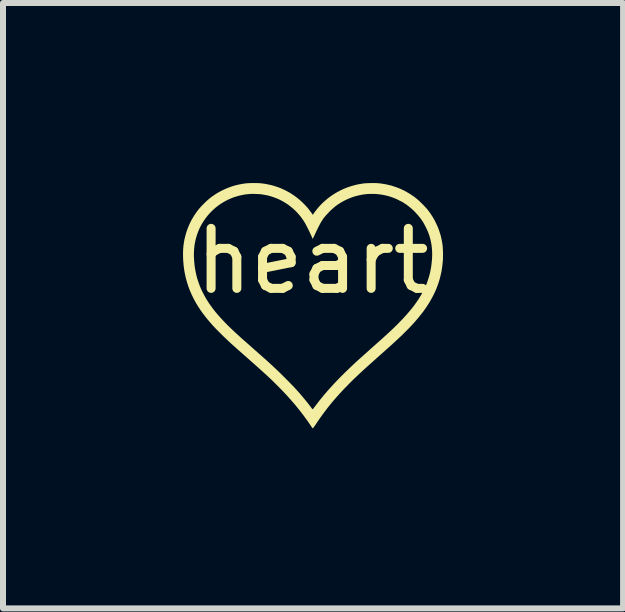
<source format=kicad_pcb>
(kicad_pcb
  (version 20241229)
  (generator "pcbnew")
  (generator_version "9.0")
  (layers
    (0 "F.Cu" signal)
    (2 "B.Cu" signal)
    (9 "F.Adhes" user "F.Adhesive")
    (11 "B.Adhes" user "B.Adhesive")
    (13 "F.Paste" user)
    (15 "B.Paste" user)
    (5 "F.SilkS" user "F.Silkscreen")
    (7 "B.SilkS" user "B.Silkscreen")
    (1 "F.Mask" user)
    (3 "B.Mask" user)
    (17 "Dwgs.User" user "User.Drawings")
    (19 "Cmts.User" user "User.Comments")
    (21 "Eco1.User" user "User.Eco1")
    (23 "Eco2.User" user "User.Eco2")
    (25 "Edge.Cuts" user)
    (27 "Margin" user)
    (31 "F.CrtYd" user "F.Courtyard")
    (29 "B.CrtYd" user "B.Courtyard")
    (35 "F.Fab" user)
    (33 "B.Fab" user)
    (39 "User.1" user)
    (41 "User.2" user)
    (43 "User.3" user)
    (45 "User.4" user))
  (footprint "heart"
    (layer "F.Cu")
    (at 2.158 1.8)
    (property "Reference" "heart" (at 0 -0.5 0) (unlocked yes) (layer "F.SilkS") (effects (font (size 1 1) (thickness 0.15))))
    (fp_poly (pts (xy -0.95 -1.8) (xy -0.921 -1.799) (xy -0.895 -1.799) (xy -0.874 -1.797) (xy -0.828 -1.792) (xy -0.782 -1.785) (xy -0.737 -1.776) (xy -0.691 -1.766) (xy -0.647 -1.754) (xy -0.603 -1.74) (xy -0.56 -1.725) (xy -0.54 -1.717) (xy -0.519 -1.709) (xy -0.482 -1.692) (xy -0.445 -1.674) (xy -0.41 -1.655) (xy -0.374 -1.635) (xy -0.34 -1.613) (xy -0.307 -1.591) (xy -0.274 -1.567) (xy -0.242 -1.542) (xy -0.211 -1.516) (xy -0.181 -1.489) (xy -0.151 -1.46) (xy -0.123 -1.431) (xy -0.095 -1.401) (xy -0.069 -1.37) (xy -0.044 -1.337) (xy -0.019 -1.304) (xy 0.004 -1.271) (xy 0.024 -1.3) (xy 0.045 -1.329) (xy 0.068 -1.358) (xy 0.091 -1.387) (xy 0.115 -1.414) (xy 0.14 -1.441) (xy 0.166 -1.467) (xy 0.193 -1.492) (xy 0.221 -1.516) (xy 0.249 -1.54) (xy 0.278 -1.562) (xy 0.308 -1.584) (xy 0.339 -1.605) (xy 0.37 -1.625) (xy 0.402 -1.644) (xy 0.435 -1.662) (xy 0.468 -1.679) (xy 0.513 -1.7) (xy 0.558 -1.719) (xy 0.603 -1.735) (xy 0.648 -1.75) (xy 0.695 -1.763) (xy 0.742 -1.775) (xy 0.791 -1.784) (xy 0.841 -1.792) (xy 0.865 -1.795) (xy 0.895 -1.797) (xy 0.929 -1.798) (xy 0.965 -1.8) (xy 1.001 -1.8) (xy 1.035 -1.8) (xy 1.066 -1.799) (xy 1.091 -1.797) (xy 1.135 -1.793) (xy 1.179 -1.786) (xy 1.222 -1.779) (xy 1.265 -1.769) (xy 1.307 -1.759) (xy 1.349 -1.746) (xy 1.39 -1.732) (xy 1.431 -1.717) (xy 1.471 -1.7) (xy 1.51 -1.682) (xy 1.549 -1.662) (xy 1.587 -1.64) (xy 1.624 -1.618) (xy 1.661 -1.593) (xy 1.698 -1.568) (xy 1.733 -1.54) (xy 1.752 -1.524) (xy 1.775 -1.504) (xy 1.8 -1.479) (xy 1.827 -1.453) (xy 1.853 -1.427) (xy 1.877 -1.401) (xy 1.898 -1.378) (xy 1.914 -1.36) (xy 1.939 -1.327) (xy 1.963 -1.294) (xy 1.985 -1.26) (xy 2.007 -1.226) (xy 2.027 -1.191) (xy 2.046 -1.155) (xy 2.063 -1.119) (xy 2.08 -1.083) (xy 2.095 -1.046) (xy 2.109 -1.008) (xy 2.121 -0.97) (xy 2.133 -0.932) (xy 2.143 -0.892) (xy 2.151 -0.853) (xy 2.159 -0.813) (xy 2.165 -0.772) (xy 2.168 -0.747) (xy 2.17 -0.717) (xy 2.172 -0.681) (xy 2.173 -0.644) (xy 2.174 -0.606) (xy 2.173 -0.569) (xy 2.173 -0.535) (xy 2.171 -0.506) (xy 2.165 -0.444) (xy 2.157 -0.382) (xy 2.147 -0.322) (xy 2.134 -0.263) (xy 2.119 -0.204) (xy 2.102 -0.146) (xy 2.082 -0.089) (xy 2.06 -0.032) (xy 2.035 0.024) (xy 2.008 0.079) (xy 1.978 0.135) (xy 1.946 0.19) (xy 1.911 0.245) (xy 1.874 0.3) (xy 1.834 0.355) (xy 1.791 0.409) (xy 1.758 0.45) (xy 1.723 0.491) (xy 1.686 0.533) (xy 1.647 0.576) (xy 1.606 0.619) (xy 1.563 0.662) (xy 1.519 0.706) (xy 1.474 0.75) (xy 1.401 0.818) (xy 1.335 0.879) (xy 1.252 0.954) (xy 1.126 1.066) (xy 1.014 1.166) (xy 0.917 1.253) (xy 0.833 1.329) (xy 0.76 1.397) (xy 0.696 1.458) (xy 0.637 1.516) (xy 0.582 1.572) (xy 0.527 1.628) (xy 0.459 1.701) (xy 0.397 1.77) (xy 0.338 1.838) (xy 0.282 1.906) (xy 0.228 1.975) (xy 0.175 2.046) (xy 0.122 2.12) (xy 0.068 2.199) (xy 0.058 2.214) (xy 0.049 2.227) (xy 0.041 2.239) (xy 0.034 2.249) (xy 0.028 2.257) (xy 0.025 2.261) (xy 0.023 2.265) (xy 0.02 2.268) (xy 0.018 2.271) (xy 0.016 2.274) (xy 0.014 2.276) (xy 0.013 2.278) (xy 0.011 2.28) (xy 0.01 2.281) (xy 0.009 2.283) (xy 0.008 2.284) (xy 0.007 2.285) (xy 0.006 2.285) (xy 0.006 2.285) (xy 0.005 2.286) (xy 0.005 2.286) (xy 0.004 2.286) (xy 0.004 2.286) (xy 0.004 2.286) (xy 0.003 2.287) (xy 0.003 2.287) (xy 0.003 2.287) (xy 0.002 2.287) (xy 0.002 2.287) (xy 0.002 2.287) (xy 0.002 2.286) (xy 0.001 2.286) (xy 0.001 2.286) (xy 0.001 2.286) (xy 0.001 2.286) (xy 0.000303 2.285) (xy -0.001 2.283) (xy -0.004 2.279) (xy -0.013 2.268) (xy -0.024 2.252) (xy -0.036 2.233) (xy -0.097 2.146) (xy -0.159 2.061) (xy -0.223 1.979) (xy -0.288 1.898) (xy -0.357 1.819) (xy -0.428 1.739) (xy -0.503 1.659) (xy -0.583 1.578) (xy -0.682 1.48) (xy -0.735 1.43) (xy -0.793 1.377) (xy -0.927 1.256) (xy -1.096 1.106) (xy -1.252 0.969) (xy -1.311 0.916) (xy -1.36 0.872) (xy -1.404 0.831) (xy -1.444 0.793) (xy -1.485 0.754) (xy -1.528 0.711) (xy -1.565 0.674) (xy -1.603 0.636) (xy -1.636 0.601) (xy -1.661 0.575) (xy -1.717 0.511) (xy -1.77 0.447) (xy -1.82 0.383) (xy -1.866 0.319) (xy -1.908 0.255) (xy -1.947 0.19) (xy -1.982 0.126) (xy -2.014 0.06) (xy -2.043 -0.006) (xy -2.068 -0.072) (xy -2.09 -0.14) (xy -2.109 -0.208) (xy -2.125 -0.277) (xy -2.138 -0.348) (xy -2.148 -0.42) (xy -2.154 -0.494) (xy -2.156 -0.52) (xy -2.157 -0.549) (xy -2.158 -0.581) (xy -2.158 -0.583) (xy -1.977 -0.583) (xy -1.975 -0.533) (xy -1.971 -0.482) (xy -1.966 -0.429) (xy -1.958 -0.372) (xy -1.947 -0.315) (xy -1.935 -0.259) (xy -1.92 -0.204) (xy -1.902 -0.15) (xy -1.883 -0.096) (xy -1.861 -0.042) (xy -1.836 0.011) (xy -1.809 0.063) (xy -1.78 0.116) (xy -1.748 0.168) (xy -1.714 0.22) (xy -1.676 0.272) (xy -1.637 0.324) (xy -1.594 0.376) (xy -1.549 0.428) (xy -1.501 0.48) (xy -1.452 0.532) (xy -1.399 0.585) (xy -1.339 0.643) (xy -1.27 0.707) (xy -1.189 0.781) (xy -0.981 0.965) (xy -0.802 1.123) (xy -0.733 1.185) (xy -0.674 1.239) (xy -0.62 1.29) (xy -0.568 1.339) (xy -0.515 1.391) (xy -0.458 1.448) (xy -0.411 1.495) (xy -0.372 1.535) (xy -0.337 1.571) (xy -0.305 1.604) (xy -0.276 1.636) (xy -0.247 1.668) (xy -0.217 1.701) (xy -0.186 1.738) (xy -0.143 1.789) (xy -0.096 1.846) (xy -0.054 1.9) (xy -0.036 1.923) (xy -0.022 1.942) (xy -0.018 1.947) (xy -0.014 1.953) (xy -0.01 1.958) (xy -0.006 1.962) (xy -0.003 1.965) (xy -0.001 1.968) (xy -0.000183 1.969) (xy 0.001 1.97) (xy 0.001 1.97) (xy 0.001 1.97) (xy 0.001 1.971) (xy 0.002 1.97) (xy 0.003 1.969) (xy 0.005 1.966) (xy 0.01 1.961) (xy 0.015 1.955) (xy 0.028 1.938) (xy 0.044 1.917) (xy 0.114 1.826) (xy 0.188 1.735) (xy 0.267 1.643) (xy 0.351 1.551) (xy 0.44 1.457) (xy 0.535 1.362) (xy 0.637 1.264) (xy 0.745 1.163) (xy 0.857 1.063) (xy 1.013 0.923) (xy 1.164 0.789) (xy 1.221 0.737) (xy 1.27 0.692) (xy 1.313 0.652) (xy 1.352 0.615) (xy 1.39 0.578) (xy 1.428 0.54) (xy 1.497 0.469) (xy 1.56 0.4) (xy 1.619 0.332) (xy 1.673 0.266) (xy 1.722 0.199) (xy 1.767 0.134) (xy 1.807 0.068) (xy 1.843 0.003) (xy 1.875 -0.062) (xy 1.903 -0.128) (xy 1.926 -0.195) (xy 1.947 -0.263) (xy 1.963 -0.331) (xy 1.976 -0.402) (xy 1.985 -0.474) (xy 1.991 -0.547) (xy 1.992 -0.574) (xy 1.993 -0.602) (xy 1.993 -0.629) (xy 1.992 -0.655) (xy 1.991 -0.682) (xy 1.989 -0.709) (xy 1.986 -0.735) (xy 1.983 -0.761) (xy 1.979 -0.787) (xy 1.974 -0.813) (xy 1.969 -0.839) (xy 1.963 -0.864) (xy 1.956 -0.889) (xy 1.949 -0.914) (xy 1.941 -0.939) (xy 1.932 -0.963) (xy 1.925 -0.982) (xy 1.915 -1.006) (xy 1.903 -1.031) (xy 1.89 -1.058) (xy 1.877 -1.085) (xy 1.863 -1.11) (xy 1.851 -1.132) (xy 1.841 -1.15) (xy 1.826 -1.173) (xy 1.81 -1.196) (xy 1.793 -1.219) (xy 1.775 -1.241) (xy 1.757 -1.263) (xy 1.738 -1.284) (xy 1.719 -1.305) (xy 1.699 -1.326) (xy 1.679 -1.346) (xy 1.658 -1.365) (xy 1.636 -1.384) (xy 1.614 -1.402) (xy 1.592 -1.419) (xy 1.57 -1.436) (xy 1.547 -1.452) (xy 1.523 -1.467) (xy 1.505 -1.479) (xy 1.483 -1.491) (xy 1.458 -1.503) (xy 1.433 -1.516) (xy 1.407 -1.529) (xy 1.382 -1.54) (xy 1.358 -1.55) (xy 1.337 -1.558) (xy 1.288 -1.575) (xy 1.238 -1.589) (xy 1.188 -1.6) (xy 1.137 -1.609) (xy 1.086 -1.615) (xy 1.035 -1.619) (xy 0.984 -1.619) (xy 0.933 -1.618) (xy 0.882 -1.614) (xy 0.831 -1.607) (xy 0.781 -1.597) (xy 0.731 -1.585) (xy 0.682 -1.571) (xy 0.633 -1.553) (xy 0.586 -1.534) (xy 0.539 -1.511) (xy 0.521 -1.502) (xy 0.503 -1.492) (xy 0.486 -1.483) (xy 0.469 -1.473) (xy 0.453 -1.463) (xy 0.437 -1.452) (xy 0.421 -1.442) (xy 0.405 -1.431) (xy 0.39 -1.419) (xy 0.375 -1.408) (xy 0.36 -1.396) (xy 0.346 -1.383) (xy 0.331 -1.37) (xy 0.316 -1.357) (xy 0.301 -1.343) (xy 0.286 -1.328) (xy 0.25 -1.29) (xy 0.233 -1.272) (xy 0.218 -1.255) (xy 0.203 -1.237) (xy 0.189 -1.22) (xy 0.176 -1.202) (xy 0.163 -1.183) (xy 0.151 -1.164) (xy 0.138 -1.143) (xy 0.126 -1.121) (xy 0.113 -1.097) (xy 0.086 -1.044) (xy 0.056 -0.981) (xy 0.02 -0.904) (xy 0.008 -0.88) (xy 0.005 -0.873) (xy 0.004 -0.871) (xy 0.003 -0.871) (xy 0.003 -0.871) (xy 0.003 -0.871) (xy 0.003 -0.871) (xy 0.003 -0.871) (xy 0.003 -0.871) (xy 0.003 -0.871) (xy 0.003 -0.871) (xy 0.002 -0.871) (xy 0.002 -0.872) (xy 0.002 -0.872) (xy 0.001 -0.873) (xy 0.001 -0.874) (xy 0.000191 -0.874) (xy -0.001 -0.876) (xy -0.002 -0.878) (xy -0.003 -0.881) (xy -0.013 -0.905) (xy -0.028 -0.938) (xy -0.065 -1.016) (xy -0.103 -1.09) (xy -0.118 -1.119) (xy -0.129 -1.139) (xy -0.151 -1.174) (xy -0.174 -1.207) (xy -0.198 -1.24) (xy -0.224 -1.271) (xy -0.251 -1.302) (xy -0.279 -1.331) (xy -0.308 -1.359) (xy -0.339 -1.386) (xy -0.37 -1.411) (xy -0.402 -1.436) (xy -0.436 -1.459) (xy -0.47 -1.48) (xy -0.505 -1.5) (xy -0.541 -1.519) (xy -0.577 -1.536) (xy -0.615 -1.551) (xy -0.644 -1.562) (xy -0.673 -1.572) (xy -0.702 -1.581) (xy -0.731 -1.589) (xy -0.76 -1.596) (xy -0.79 -1.602) (xy -0.821 -1.607) (xy -0.852 -1.612) (xy -0.87 -1.614) (xy -0.894 -1.616) (xy -0.92 -1.617) (xy -0.948 -1.618) (xy -0.975 -1.619) (xy -1 -1.62) (xy -1.02 -1.619) (xy -1.034 -1.619) (xy -1.056 -1.617) (xy -1.071 -1.615) (xy -1.087 -1.614) (xy -1.119 -1.61) (xy -1.151 -1.605) (xy -1.184 -1.598) (xy -1.217 -1.591) (xy -1.25 -1.582) (xy -1.283 -1.572) (xy -1.315 -1.562) (xy -1.346 -1.55) (xy -1.404 -1.525) (xy -1.46 -1.496) (xy -1.514 -1.464) (xy -1.566 -1.429) (xy -1.615 -1.391) (xy -1.661 -1.35) (xy -1.705 -1.306) (xy -1.746 -1.26) (xy -1.784 -1.211) (xy -1.819 -1.16) (xy -1.851 -1.107) (xy -1.88 -1.052) (xy -1.905 -0.994) (xy -1.926 -0.936) (xy -1.944 -0.875) (xy -1.958 -0.814) (xy -1.966 -0.77) (xy -1.971 -0.725) (xy -1.975 -0.679) (xy -1.977 -0.632) (xy -1.977 -0.583) (xy -2.158 -0.583) (xy -2.158 -0.614) (xy -2.158 -0.646) (xy -2.157 -0.676) (xy -2.156 -0.702) (xy -2.154 -0.725) (xy -2.15 -0.768) (xy -2.143 -0.811) (xy -2.136 -0.854) (xy -2.126 -0.896) (xy -2.115 -0.938) (xy -2.103 -0.98) (xy -2.089 -1.021) (xy -2.074 -1.061) (xy -2.057 -1.101) (xy -2.039 -1.14) (xy -2.02 -1.178) (xy -1.998 -1.216) (xy -1.976 -1.253) (xy -1.952 -1.289) (xy -1.927 -1.325) (xy -1.9 -1.36) (xy -1.893 -1.369) (xy -1.883 -1.38) (xy -1.861 -1.405) (xy -1.836 -1.431) (xy -1.808 -1.459) (xy -1.781 -1.486) (xy -1.754 -1.511) (xy -1.73 -1.532) (xy -1.719 -1.541) (xy -1.71 -1.549) (xy -1.675 -1.575) (xy -1.64 -1.599) (xy -1.604 -1.623) (xy -1.567 -1.645) (xy -1.53 -1.665) (xy -1.492 -1.684) (xy -1.453 -1.702) (xy -1.415 -1.718) (xy -1.375 -1.733) (xy -1.335 -1.747) (xy -1.295 -1.759) (xy -1.255 -1.769) (xy -1.214 -1.778) (xy -1.172 -1.786) (xy -1.131 -1.792) (xy -1.089 -1.797) (xy -1.068 -1.798) (xy -1.042 -1.799) (xy -1.012 -1.8) (xy -0.981 -1.8)) (stroke (width 0) (type solid)) (fill yes) (layer "F.SilkS")))
  (gr_rect
    (start -3 -3)
    (end 7.332 7.087)
    (stroke (width 0.1) (type default))
    (fill no)
    (layer "Edge.Cuts")))
</source>
